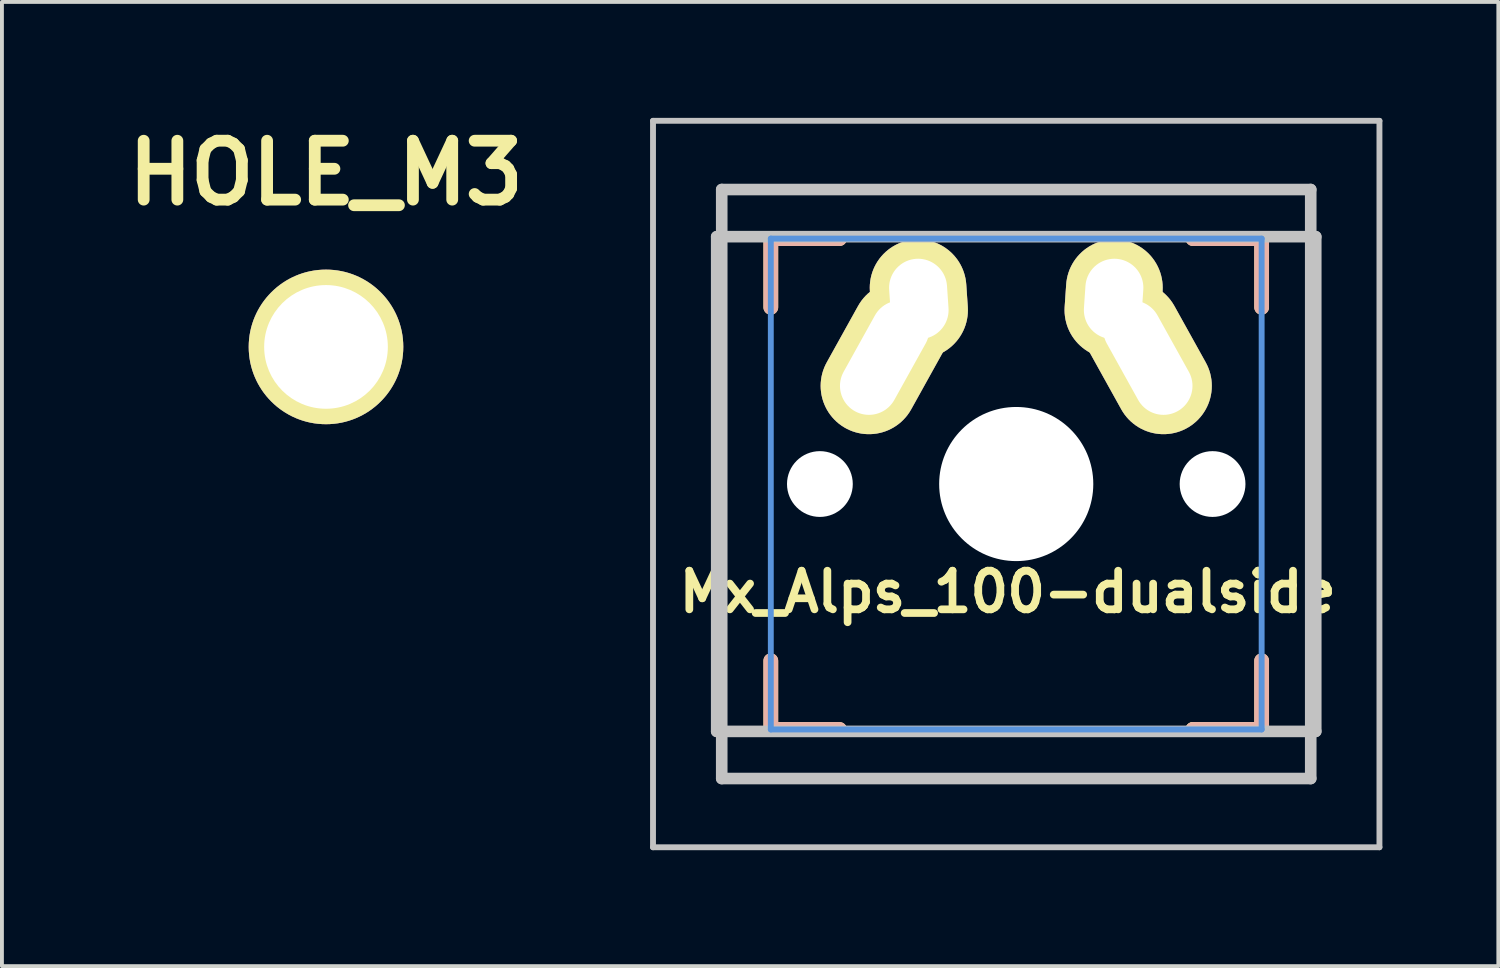
<source format=kicad_pcb>
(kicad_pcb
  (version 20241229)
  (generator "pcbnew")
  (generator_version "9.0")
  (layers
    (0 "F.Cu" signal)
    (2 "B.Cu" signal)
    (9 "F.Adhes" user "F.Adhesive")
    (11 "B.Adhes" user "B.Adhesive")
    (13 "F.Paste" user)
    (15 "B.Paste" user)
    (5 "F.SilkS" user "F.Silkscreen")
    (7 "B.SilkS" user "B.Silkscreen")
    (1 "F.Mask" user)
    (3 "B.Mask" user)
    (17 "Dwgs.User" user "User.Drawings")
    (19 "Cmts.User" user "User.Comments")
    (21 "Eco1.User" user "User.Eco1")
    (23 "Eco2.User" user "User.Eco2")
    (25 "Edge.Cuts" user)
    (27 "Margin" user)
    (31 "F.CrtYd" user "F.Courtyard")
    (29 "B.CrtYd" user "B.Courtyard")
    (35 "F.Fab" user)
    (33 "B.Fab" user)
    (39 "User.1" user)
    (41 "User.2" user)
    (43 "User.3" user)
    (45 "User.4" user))
  (footprint "Mx_Alps_100-dualside"
    (layer "F.Cu")
    (at 23.244 9.474)
    (property "Reference" "Mx_Alps_100-dualside" (at -0.22 2.79 0) (layer "F.SilkS") (effects (font (size 1 1) (thickness 0.2))))
    (attr through_hole)
    (fp_line (start -6.35 -6.35) (end -4.572 -6.35) (stroke (width 0.381) (type solid)) (layer "F.SilkS"))
    (fp_line (start -6.35 -4.572) (end -6.35 -6.35) (stroke (width 0.381) (type solid)) (layer "F.SilkS"))
    (fp_line (start -6.35 6.35) (end -6.35 4.572) (stroke (width 0.381) (type solid)) (layer "F.SilkS"))
    (fp_line (start -4.572 6.35) (end -6.35 6.35) (stroke (width 0.381) (type solid)) (layer "F.SilkS"))
    (fp_line (start 4.572 -6.35) (end 6.35 -6.35) (stroke (width 0.381) (type solid)) (layer "F.SilkS"))
    (fp_line (start 4.572 6.35) (end 6.35 6.35) (stroke (width 0.381) (type solid)) (layer "F.SilkS"))
    (fp_line (start 6.35 -6.35) (end 6.35 -4.572) (stroke (width 0.381) (type solid)) (layer "F.SilkS"))
    (fp_line (start 6.35 4.572) (end 6.35 6.35) (stroke (width 0.381) (type solid)) (layer "F.SilkS"))
    (fp_line (start 6.35 6.35) (end 4.572 6.35) (stroke (width 0.381) (type solid)) (layer "F.SilkS"))
    (fp_line (start -6.35 -6.35) (end -4.572 -6.35) (stroke (width 0.381) (type solid)) (layer "B.SilkS"))
    (fp_line (start -6.35 -4.572) (end -6.35 -6.35) (stroke (width 0.381) (type solid)) (layer "B.SilkS"))
    (fp_line (start -6.35 6.35) (end -6.35 4.572) (stroke (width 0.381) (type solid)) (layer "B.SilkS"))
    (fp_line (start -4.572 6.35) (end -6.35 6.35) (stroke (width 0.381) (type solid)) (layer "B.SilkS"))
    (fp_line (start 6.35 -6.35) (end 4.572 -6.35) (stroke (width 0.381) (type solid)) (layer "B.SilkS"))
    (fp_line (start 6.35 -4.572) (end 6.35 -6.35) (stroke (width 0.381) (type solid)) (layer "B.SilkS"))
    (fp_line (start 6.35 4.572) (end 6.35 6.35) (stroke (width 0.381) (type solid)) (layer "B.SilkS"))
    (fp_line (start 6.35 6.35) (end 4.572 6.35) (stroke (width 0.381) (type solid)) (layer "B.SilkS"))
    (fp_line (start -9.398 -9.398) (end 9.398 -9.398) (stroke (width 0.152) (type solid)) (layer "Dwgs.User"))
    (fp_line (start -9.398 9.398) (end -9.398 -9.398) (stroke (width 0.152) (type solid)) (layer "Dwgs.User"))
    (fp_line (start -7.75 6.4) (end -7.75 -6.4) (stroke (width 0.3) (type solid)) (layer "Dwgs.User"))
    (fp_line (start -7.75 6.4) (end 7.75 6.4) (stroke (width 0.3) (type solid)) (layer "Dwgs.User"))
    (fp_line (start -7.62 -7.62) (end 7.62 -7.62) (stroke (width 0.3) (type solid)) (layer "Dwgs.User"))
    (fp_line (start -7.62 7.62) (end -7.62 -7.62) (stroke (width 0.3) (type solid)) (layer "Dwgs.User"))
    (fp_line (start 7.62 -7.62) (end 7.62 7.62) (stroke (width 0.3) (type solid)) (layer "Dwgs.User"))
    (fp_line (start 7.62 7.62) (end -7.62 7.62) (stroke (width 0.3) (type solid)) (layer "Dwgs.User"))
    (fp_line (start 7.75 -6.4) (end -7.75 -6.4) (stroke (width 0.3) (type solid)) (layer "Dwgs.User"))
    (fp_line (start 7.75 6.4) (end 7.75 -6.4) (stroke (width 0.3) (type solid)) (layer "Dwgs.User"))
    (fp_line (start 9.398 -9.398) (end 9.398 9.398) (stroke (width 0.152) (type solid)) (layer "Dwgs.User"))
    (fp_line (start 9.398 9.398) (end -9.398 9.398) (stroke (width 0.152) (type solid)) (layer "Dwgs.User"))
    (fp_line (start -6.35 -6.35) (end 6.35 -6.35) (stroke (width 0.152) (type solid)) (layer "Cmts.User"))
    (fp_line (start -6.35 6.35) (end -6.35 -6.35) (stroke (width 0.152) (type solid)) (layer "Cmts.User"))
    (fp_line (start 6.35 6.35) (end -6.35 6.35) (stroke (width 0.152) (type solid)) (layer "Cmts.User"))
    (fp_line (start 6.35 6.35) (end 6.35 -6.35) (stroke (width 0.152) (type solid)) (layer "Cmts.User"))
    (fp_line (start -6.985 6.985) (end -6.985 -6.985) (stroke (width 0.152) (type solid)) (layer "Eco2.User"))
    (fp_line (start 6.985 -6.985) (end -6.985 -6.985) (stroke (width 0.152) (type solid)) (layer "Eco2.User"))
    (fp_line (start 6.985 -6.985) (end 6.985 6.985) (stroke (width 0.152) (type solid)) (layer "Eco2.User"))
    (fp_line (start 6.985 6.985) (end -6.985 6.985) (stroke (width 0.152) (type solid)) (layer "Eco2.User"))
    (fp_line (start 6.985 6.985) (end 6.985 -6.985) (stroke (width 0.152) (type solid)) (layer "Eco2.User"))
    (pad "" np_thru_hole circle (at -5.08 0) (size 1.702 1.702) (drill 1.702) (layers "*.Cu"))
    (pad "" np_thru_hole circle (at 0 0) (size 3.988 3.988) (drill 3.988) (layers "*.Cu"))
    (pad "" np_thru_hole circle (at 5.08 0) (size 1.702 1.702) (drill 1.702) (layers "*.Cu"))
    (pad "1" thru_hole oval (at -3.405 -3.27 330.95) (size 2.5 4.17) (drill oval 1.5 3.17) (layers "*.Cu" "*.Mask" "F.SilkS"))
    (pad "1" thru_hole oval (at -2.52 -4.79 3.9) (size 2.5 3.08) (drill oval 1.5 2.08) (layers "*.Cu" "*.Mask" "F.SilkS"))
    (pad "2" thru_hole oval (at 2.52 -4.79 356.1) (size 2.5 3.08) (drill oval 1.5 2.08) (layers "*.Cu" "*.Mask" "F.SilkS"))
    (pad "2" thru_hole oval (at 3.405 -3.27 29.05) (size 2.5 4.17) (drill oval 1.5 3.17) (layers "*.Cu" "*.Mask" "F.SilkS")))
  (footprint "HOLE_M3"
    (layer "F.Cu")
    (at 5.385 5.926)
    (property "Reference" "HOLE_M3" (at 0 -4.5 0) (layer "F.SilkS") (effects (font (size 1.524 1.524) (thickness 0.305))))
    (attr through_hole)
    (pad "1" thru_hole circle (at 0 0) (size 4 4) (drill 3.2) (layers "*.Cu" "*.Mask" "F.SilkS")))
  (gr_rect
    (start -3 -3)
    (end 35.718 21.948)
    (stroke (width 0.1) (type default))
    (fill no)
    (layer "Edge.Cuts")))
</source>
